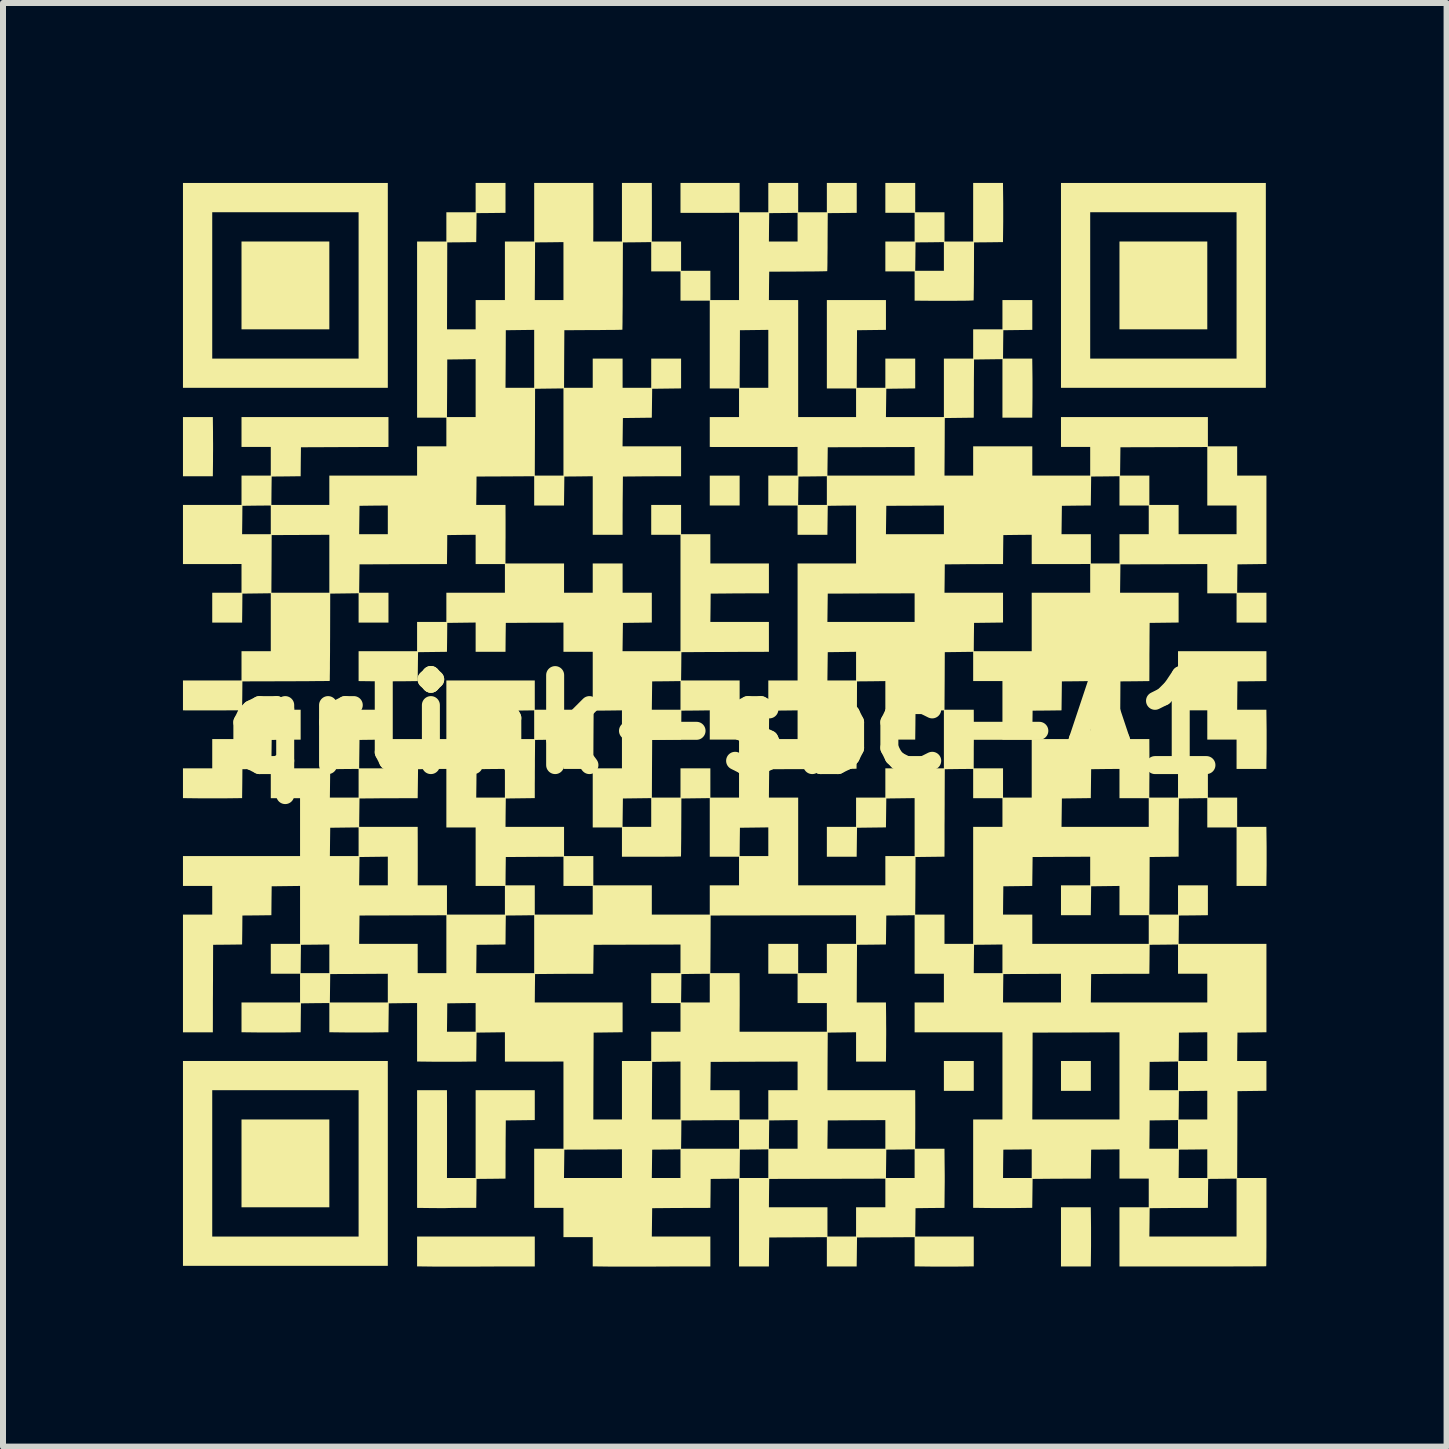
<source format=kicad_pcb>
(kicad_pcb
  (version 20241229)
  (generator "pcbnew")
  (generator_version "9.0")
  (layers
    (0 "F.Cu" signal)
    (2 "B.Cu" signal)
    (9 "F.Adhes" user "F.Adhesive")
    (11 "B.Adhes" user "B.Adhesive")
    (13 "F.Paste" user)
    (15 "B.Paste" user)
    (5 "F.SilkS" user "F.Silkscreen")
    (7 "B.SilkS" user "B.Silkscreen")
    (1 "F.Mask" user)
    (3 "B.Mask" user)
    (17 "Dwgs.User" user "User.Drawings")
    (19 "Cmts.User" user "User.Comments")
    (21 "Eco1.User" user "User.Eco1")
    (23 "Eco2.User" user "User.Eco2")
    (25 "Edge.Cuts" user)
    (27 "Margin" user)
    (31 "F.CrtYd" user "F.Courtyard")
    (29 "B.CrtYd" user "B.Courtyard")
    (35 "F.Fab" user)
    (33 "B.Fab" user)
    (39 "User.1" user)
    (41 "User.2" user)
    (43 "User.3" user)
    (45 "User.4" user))
  (footprint "qrlink-sbc-A1"
    (layer "F.Cu")
    (at 9.026 9.026)
    (property "Reference" "qrlink-sbc-A1" (at 0 0 0) (layer "F.SilkS") (effects (font (size 1.5 1.5) (thickness 0.3))))
    (attr board_only exclude_from_pos_files exclude_from_bom)
    (fp_poly (pts (xy -6.586 -7.318) (xy -6.586 -6.586) (xy -7.318 -6.586) (xy -8.05 -6.586) (xy -8.05 -7.318) (xy -8.05 -8.05) (xy -7.318 -8.05) (xy -6.586 -8.05)) (stroke (width 0) (type solid)) (fill yes) (layer "F.SilkS"))
    (fp_poly (pts (xy -6.586 7.318) (xy -6.586 8.05) (xy -7.318 8.05) (xy -8.05 8.05) (xy -8.05 7.318) (xy -8.05 6.586) (xy -7.318 6.586) (xy -6.586 6.586)) (stroke (width 0) (type solid)) (fill yes) (layer "F.SilkS"))
    (fp_poly (pts (xy 0.254 -3.898) (xy 0.254 -3.649) (xy 0.005 -3.649) (xy -0.244 -3.649) (xy -0.244 -3.898) (xy -0.244 -4.147) (xy 0.005 -4.147) (xy 0.254 -4.147)) (stroke (width 0) (type solid)) (fill yes) (layer "F.SilkS"))
    (fp_poly (pts (xy 4.157 5.86) (xy 4.157 6.109) (xy 3.908 6.109) (xy 3.659 6.109) (xy 3.659 5.86) (xy 3.659 5.611) (xy 3.908 5.611) (xy 4.157 5.611)) (stroke (width 0) (type solid)) (fill yes) (layer "F.SilkS"))
    (fp_poly (pts (xy 6.109 5.86) (xy 6.109 6.109) (xy 5.86 6.109) (xy 5.611 6.109) (xy 5.611 5.86) (xy 5.611 5.611) (xy 5.86 5.611) (xy 6.109 5.611)) (stroke (width 0) (type solid)) (fill yes) (layer "F.SilkS"))
    (fp_poly (pts (xy 8.05 -7.318) (xy 8.05 -6.586) (xy 7.318 -6.586) (xy 6.586 -6.586) (xy 6.586 -7.318) (xy 6.586 -8.05) (xy 7.318 -8.05) (xy 8.05 -8.05)) (stroke (width 0) (type solid)) (fill yes) (layer "F.SilkS"))
    (fp_poly (pts (xy -8.525 -4.876) (xy -8.525 -4.787) (xy -8.524 -4.685) (xy -8.524 -4.579) (xy -8.525 -4.477) (xy -8.525 -4.387) (xy -8.525 -4.383) (xy -8.528 -4.137) (xy -8.777 -4.137) (xy -9.026 -4.137) (xy -9.026 -4.63) (xy -9.026 -5.123) (xy -8.777 -5.123) (xy -8.528 -5.123)) (stroke (width 0) (type solid)) (fill yes) (layer "F.SilkS"))
    (fp_poly (pts (xy 6.111 8.296) (xy 6.112 8.386) (xy 6.112 8.488) (xy 6.112 8.593) (xy 6.112 8.695) (xy 6.111 8.786) (xy 6.111 8.789) (xy 6.108 9.036) (xy 5.859 9.036) (xy 5.611 9.036) (xy 5.611 8.543) (xy 5.611 8.05) (xy 5.859 8.05) (xy 6.108 8.05)) (stroke (width 0) (type solid)) (fill yes) (layer "F.SilkS"))
    (fp_poly (pts (xy -5.611 -7.318) (xy -5.611 -5.611) (xy -7.318 -5.611) (xy -9.026 -5.611) (xy -9.026 -7.318) (xy -9.026 -8.538) (xy -8.538 -8.538) (xy -8.538 -7.318) (xy -8.538 -6.098) (xy -7.318 -6.098) (xy -6.098 -6.098) (xy -6.098 -7.318) (xy -6.098 -8.538) (xy -7.318 -8.538) (xy -8.538 -8.538) (xy -9.026 -8.538) (xy -9.026 -9.026) (xy -7.318 -9.026) (xy -5.611 -9.026)) (stroke (width 0) (type solid)) (fill yes) (layer "F.SilkS"))
    (fp_poly (pts (xy -5.611 7.318) (xy -5.611 9.026) (xy -7.318 9.026) (xy -9.026 9.026) (xy -9.026 7.318) (xy -9.026 6.098) (xy -8.538 6.098) (xy -8.538 7.318) (xy -8.538 8.538) (xy -7.318 8.538) (xy -6.098 8.538) (xy -6.098 7.318) (xy -6.098 6.098) (xy -7.318 6.098) (xy -8.538 6.098) (xy -9.026 6.098) (xy -9.026 5.611) (xy -7.318 5.611) (xy -5.611 5.611)) (stroke (width 0) (type solid)) (fill yes) (layer "F.SilkS"))
    (fp_poly (pts (xy 9.026 -7.318) (xy 9.026 -5.611) (xy 7.318 -5.611) (xy 5.611 -5.611) (xy 5.611 -7.318) (xy 5.611 -8.538) (xy 6.098 -8.538) (xy 6.098 -7.318) (xy 6.098 -6.098) (xy 7.318 -6.098) (xy 8.538 -6.098) (xy 8.538 -7.318) (xy 8.538 -8.538) (xy 7.318 -8.538) (xy 6.098 -8.538) (xy 5.611 -8.538) (xy 5.611 -9.026) (xy 7.318 -9.026) (xy 9.026 -9.026)) (stroke (width 0) (type solid)) (fill yes) (layer "F.SilkS"))
    (fp_poly (pts (xy -3.161 8.787) (xy -3.161 9.036) (xy -3.397 9.036) (xy -3.458 9.036) (xy -3.535 9.036) (xy -3.626 9.037) (xy -3.727 9.037) (xy -3.834 9.037) (xy -3.945 9.038) (xy -4.057 9.038) (xy -4.132 9.039) (xy -4.241 9.039) (xy -4.354 9.039) (xy -4.465 9.039) (xy -4.573 9.039) (xy -4.673 9.039) (xy -4.762 9.039) (xy -4.836 9.039) (xy -4.876 9.038) (xy -5.123 9.035) (xy -5.123 8.787) (xy -5.123 8.538) (xy -4.142 8.538) (xy -3.161 8.538)) (stroke (width 0) (type solid)) (fill yes) (layer "F.SilkS"))
    (fp_poly (pts (xy 9.036 -0.971) (xy 9.036 -0.722) (xy 8.794 -0.719) (xy 8.553 -0.717) (xy 8.55 -0.48) (xy 8.548 -0.244) (xy 8.791 -0.244) (xy 9.035 -0.244) (xy 9.038 0.003) (xy 9.039 0.092) (xy 9.039 0.194) (xy 9.039 0.3) (xy 9.039 0.402) (xy 9.038 0.492) (xy 9.038 0.495) (xy 9.035 0.742) (xy 8.786 0.742) (xy 8.538 0.742) (xy 8.538 0.498) (xy 8.538 0.254) (xy 8.294 0.254) (xy 8.05 0.254) (xy 8.05 0.01) (xy 8.05 -0.234) (xy 7.806 -0.234) (xy 7.562 -0.234) (xy 7.562 -0.727) (xy 7.562 -1.22) (xy 8.299 -1.22) (xy 9.036 -1.22)) (stroke (width 0) (type solid)) (fill yes) (layer "F.SilkS"))
    (fp_poly (pts (xy -4.624 6.345) (xy -4.624 6.408) (xy -4.624 6.488) (xy -4.624 6.582) (xy -4.624 6.685) (xy -4.624 6.794) (xy -4.624 6.906) (xy -4.624 7.016) (xy -4.624 7.077) (xy -4.625 7.562) (xy -4.386 7.562) (xy -4.147 7.562) (xy -4.147 6.83) (xy -4.147 6.098) (xy -3.654 6.098) (xy -3.161 6.098) (xy -3.161 6.347) (xy -3.161 6.596) (xy -3.402 6.599) (xy -3.644 6.602) (xy -3.646 6.845) (xy -3.647 6.934) (xy -3.647 7.035) (xy -3.648 7.139) (xy -3.648 7.24) (xy -3.648 7.328) (xy -3.648 7.331) (xy -3.649 7.572) (xy -3.89 7.575) (xy -4.132 7.577) (xy -4.134 7.819) (xy -4.137 8.06) (xy -4.37 8.06) (xy -4.437 8.06) (xy -4.498 8.061) (xy -4.549 8.061) (xy -4.588 8.062) (xy -4.611 8.062) (xy -4.616 8.063) (xy -4.63 8.063) (xy -4.661 8.064) (xy -4.706 8.064) (xy -4.763 8.064) (xy -4.828 8.063) (xy -4.876 8.063) (xy -5.123 8.06) (xy -5.123 7.079) (xy -5.123 6.098) (xy -4.874 6.098) (xy -4.625 6.098)) (stroke (width 0) (type solid)) (fill yes) (layer "F.SilkS"))
    (fp_poly (pts (xy 3.181 -8.782) (xy 3.181 -8.538) (xy 3.425 -8.538) (xy 3.669 -8.538) (xy 3.669 -8.294) (xy 3.669 -8.05) (xy 3.908 -8.05) (xy 4.147 -8.05) (xy 4.147 -8.538) (xy 4.147 -9.026) (xy 4.396 -9.026) (xy 4.644 -9.026) (xy 4.647 -8.779) (xy 4.648 -8.69) (xy 4.648 -8.588) (xy 4.648 -8.482) (xy 4.648 -8.38) (xy 4.647 -8.29) (xy 4.647 -8.286) (xy 4.644 -8.04) (xy 4.403 -8.037) (xy 4.162 -8.035) (xy 4.16 -7.553) (xy 4.159 -7.456) (xy 4.159 -7.365) (xy 4.158 -7.283) (xy 4.157 -7.211) (xy 4.156 -7.152) (xy 4.156 -7.107) (xy 4.155 -7.078) (xy 4.154 -7.068) (xy 4.143 -7.067) (xy 4.114 -7.066) (xy 4.07 -7.064) (xy 4.014 -7.063) (xy 3.947 -7.063) (xy 3.872 -7.062) (xy 3.792 -7.061) (xy 3.71 -7.061) (xy 3.628 -7.061) (xy 3.548 -7.061) (xy 3.473 -7.061) (xy 3.413 -7.062) (xy 3.171 -7.064) (xy 3.171 -7.308) (xy 3.171 -7.552) (xy 2.927 -7.552) (xy 2.683 -7.552) (xy 2.683 -7.562) (xy 3.181 -7.562) (xy 3.42 -7.562) (xy 3.659 -7.562) (xy 3.659 -7.801) (xy 3.659 -8.04) (xy 3.423 -8.037) (xy 3.186 -8.035) (xy 3.184 -7.798) (xy 3.181 -7.562) (xy 2.683 -7.562) (xy 2.683 -7.801) (xy 2.683 -8.05) (xy 2.927 -8.05) (xy 3.171 -8.05) (xy 3.171 -8.289) (xy 3.171 -8.528) (xy 2.927 -8.528) (xy 2.683 -8.528) (xy 2.683 -8.777) (xy 2.683 -9.026) (xy 2.932 -9.026) (xy 3.181 -9.026)) (stroke (width 0) (type solid)) (fill yes) (layer "F.SilkS"))
    (fp_poly (pts (xy -3.649 -8.777) (xy -3.649 -8.528) (xy -3.89 -8.525) (xy -4.132 -8.523) (xy -4.134 -8.281) (xy -4.137 -8.04) (xy -4.378 -8.037) (xy -4.62 -8.035) (xy -4.622 -7.311) (xy -4.624 -6.586) (xy -4.386 -6.586) (xy -4.147 -6.586) (xy -4.147 -6.83) (xy -4.147 -7.074) (xy -3.903 -7.074) (xy -3.659 -7.074) (xy -3.161 -7.074) (xy -2.922 -7.074) (xy -2.683 -7.074) (xy -2.683 -7.557) (xy -2.683 -8.04) (xy -2.92 -8.037) (xy -3.156 -8.035) (xy -3.158 -7.554) (xy -3.161 -7.074) (xy -3.659 -7.074) (xy -3.659 -7.562) (xy -3.659 -8.05) (xy -3.415 -8.05) (xy -3.171 -8.05) (xy -3.171 -8.538) (xy -3.171 -9.026) (xy -2.678 -9.026) (xy -2.185 -9.026) (xy -2.185 -8.779) (xy -2.185 -8.69) (xy -2.185 -8.59) (xy -2.185 -8.485) (xy -2.185 -8.385) (xy -2.185 -8.296) (xy -2.185 -8.291) (xy -2.186 -8.05) (xy -1.947 -8.05) (xy -1.708 -8.05) (xy -1.708 -8.538) (xy -1.708 -9.026) (xy -1.459 -9.026) (xy -1.21 -9.026) (xy -1.209 -8.779) (xy -1.209 -8.69) (xy -1.209 -8.59) (xy -1.209 -8.485) (xy -1.209 -8.385) (xy -1.209 -8.296) (xy -1.209 -8.291) (xy -1.21 -8.05) (xy -0.966 -8.05) (xy -0.722 -8.05) (xy -0.722 -7.806) (xy -0.722 -7.562) (xy -0.478 -7.562) (xy -0.234 -7.562) (xy -0.234 -7.318) (xy -0.234 -7.074) (xy 0.005 -7.074) (xy 0.244 -7.074) (xy 0.244 -7.801) (xy 0.244 -8.05) (xy 0.742 -8.05) (xy 0.981 -8.05) (xy 1.22 -8.05) (xy 1.22 -8.289) (xy 1.22 -8.528) (xy 0.983 -8.525) (xy 0.747 -8.523) (xy 0.744 -8.286) (xy 0.742 -8.05) (xy 0.244 -8.05) (xy 0.244 -8.529) (xy 0.003 -8.528) (xy -0.085 -8.527) (xy -0.185 -8.527) (xy -0.289 -8.527) (xy -0.391 -8.527) (xy -0.48 -8.527) (xy -0.485 -8.527) (xy -0.732 -8.528) (xy -0.732 -8.777) (xy -0.732 -9.026) (xy -0.239 -9.026) (xy 0.254 -9.026) (xy 0.254 -8.782) (xy 0.254 -8.538) (xy 0.493 -8.538) (xy 0.732 -8.538) (xy 0.732 -8.782) (xy 0.732 -9.026) (xy 0.981 -9.026) (xy 1.23 -9.026) (xy 1.23 -8.782) (xy 1.23 -8.538) (xy 1.469 -8.538) (xy 1.708 -8.538) (xy 1.708 -8.782) (xy 1.708 -9.026) (xy 1.957 -9.026) (xy 2.206 -9.026) (xy 2.206 -8.777) (xy 2.206 -8.528) (xy 1.964 -8.525) (xy 1.723 -8.523) (xy 1.72 -8.041) (xy 1.72 -7.944) (xy 1.719 -7.853) (xy 1.718 -7.771) (xy 1.718 -7.699) (xy 1.717 -7.64) (xy 1.716 -7.595) (xy 1.715 -7.566) (xy 1.714 -7.555) (xy 1.704 -7.555) (xy 1.675 -7.554) (xy 1.63 -7.553) (xy 1.57 -7.552) (xy 1.498 -7.551) (xy 1.416 -7.551) (xy 1.325 -7.55) (xy 1.229 -7.549) (xy 0.747 -7.547) (xy 0.744 -7.311) (xy 0.742 -7.074) (xy 0.986 -7.074) (xy 1.23 -7.074) (xy 1.23 -6.828) (xy 1.23 -6.775) (xy 1.23 -6.704) (xy 1.23 -6.618) (xy 1.23 -6.519) (xy 1.23 -6.409) (xy 1.23 -6.291) (xy 1.23 -6.167) (xy 1.23 -6.04) (xy 1.23 -5.911) (xy 1.23 -5.852) (xy 1.23 -5.123) (xy 1.713 -5.123) (xy 2.195 -5.123) (xy 2.195 -5.362) (xy 2.195 -5.6) (xy 1.952 -5.6) (xy 1.708 -5.6) (xy 1.708 -6.337) (xy 1.708 -7.074) (xy 2.201 -7.074) (xy 2.693 -7.074) (xy 2.693 -6.825) (xy 2.693 -6.577) (xy 2.452 -6.574) (xy 2.211 -6.571) (xy 2.208 -6.091) (xy 2.206 -5.611) (xy 2.445 -5.611) (xy 2.683 -5.611) (xy 2.683 -5.855) (xy 2.683 -6.098) (xy 2.932 -6.098) (xy 3.181 -6.098) (xy 3.181 -5.85) (xy 3.181 -5.601) (xy 2.94 -5.598) (xy 2.699 -5.595) (xy 2.696 -5.359) (xy 2.693 -5.123) (xy 3.176 -5.123) (xy 3.659 -5.123) (xy 3.659 -5.611) (xy 3.659 -6.098) (xy 3.903 -6.098) (xy 4.147 -6.098) (xy 4.147 -6.342) (xy 4.147 -6.586) (xy 4.391 -6.586) (xy 4.635 -6.586) (xy 4.635 -6.83) (xy 4.635 -7.074) (xy 4.884 -7.074) (xy 5.133 -7.074) (xy 5.133 -6.825) (xy 5.133 -6.577) (xy 4.891 -6.574) (xy 4.65 -6.571) (xy 4.647 -6.335) (xy 4.645 -6.098) (xy 4.888 -6.098) (xy 5.132 -6.098) (xy 5.135 -5.852) (xy 5.136 -5.763) (xy 5.136 -5.661) (xy 5.136 -5.555) (xy 5.136 -5.453) (xy 5.135 -5.363) (xy 5.135 -5.359) (xy 5.132 -5.113) (xy 4.883 -5.113) (xy 4.635 -5.113) (xy 4.635 -5.601) (xy 4.635 -6.089) (xy 4.398 -6.086) (xy 4.162 -6.083) (xy 4.16 -5.839) (xy 4.159 -5.751) (xy 4.159 -5.65) (xy 4.158 -5.545) (xy 4.158 -5.445) (xy 4.158 -5.356) (xy 4.158 -5.354) (xy 4.157 -5.113) (xy 3.916 -5.11) (xy 3.674 -5.107) (xy 3.672 -4.627) (xy 3.669 -4.147) (xy 3.908 -4.147) (xy 4.147 -4.147) (xy 4.147 -4.391) (xy 4.147 -4.635) (xy 4.64 -4.635) (xy 5.133 -4.635) (xy 5.133 -4.391) (xy 5.133 -4.147) (xy 5.616 -4.147) (xy 6.098 -4.147) (xy 6.596 -4.147) (xy 6.84 -4.147) (xy 7.084 -4.147) (xy 7.084 -3.903) (xy 7.084 -3.659) (xy 7.328 -3.659) (xy 7.572 -3.659) (xy 7.572 -3.415) (xy 7.572 -3.171) (xy 8.055 -3.171) (xy 8.538 -3.171) (xy 8.538 -3.41) (xy 8.538 -3.649) (xy 8.294 -3.649) (xy 8.05 -3.649) (xy 8.05 -4.137) (xy 8.05 -4.624) (xy 7.326 -4.622) (xy 6.602 -4.62) (xy 6.599 -4.383) (xy 6.596 -4.147) (xy 6.098 -4.147) (xy 6.098 -4.386) (xy 6.098 -4.625) (xy 5.855 -4.625) (xy 5.611 -4.625) (xy 5.611 -4.874) (xy 5.611 -5.123) (xy 6.835 -5.123) (xy 8.06 -5.123) (xy 8.06 -4.879) (xy 8.06 -4.635) (xy 8.304 -4.635) (xy 8.548 -4.635) (xy 8.548 -4.391) (xy 8.548 -4.147) (xy 8.792 -4.147) (xy 9.036 -4.147) (xy 9.036 -3.903) (xy 9.036 -3.816) (xy 9.036 -3.716) (xy 9.036 -3.612) (xy 9.036 -3.509) (xy 9.036 -3.418) (xy 9.036 -3.405) (xy 9.036 -3.316) (xy 9.036 -3.216) (xy 9.036 -3.112) (xy 9.036 -3.013) (xy 9.036 -2.925) (xy 9.036 -2.912) (xy 9.036 -2.674) (xy 8.794 -2.671) (xy 8.553 -2.668) (xy 8.55 -2.432) (xy 8.548 -2.195) (xy 8.792 -2.195) (xy 9.036 -2.195) (xy 9.036 -1.946) (xy 9.036 -1.697) (xy 8.787 -1.697) (xy 8.538 -1.697) (xy 8.538 -1.941) (xy 8.538 -2.185) (xy 8.294 -2.185) (xy 8.05 -2.185) (xy 8.05 -2.429) (xy 8.05 -2.673) (xy 7.326 -2.67) (xy 6.602 -2.668) (xy 6.599 -2.432) (xy 6.596 -2.195) (xy 7.084 -2.195) (xy 7.572 -2.195) (xy 7.572 -1.947) (xy 7.572 -1.698) (xy 7.331 -1.695) (xy 7.089 -1.692) (xy 7.087 -1.448) (xy 7.087 -1.36) (xy 7.086 -1.259) (xy 7.085 -1.154) (xy 7.085 -1.054) (xy 7.085 -0.965) (xy 7.085 -0.963) (xy 7.084 -0.722) (xy 6.843 -0.719) (xy 6.602 -0.717) (xy 6.599 -0.236) (xy 6.597 0.244) (xy 6.84 0.244) (xy 7.084 0.244) (xy 7.085 0.49) (xy 7.085 0.579) (xy 7.085 0.68) (xy 7.085 0.784) (xy 7.085 0.885) (xy 7.084 0.973) (xy 7.084 0.978) (xy 7.083 1.22) (xy 7.323 1.22) (xy 7.562 1.22) (xy 7.562 0.976) (xy 7.562 0.732) (xy 7.811 0.732) (xy 8.06 0.732) (xy 8.06 0.976) (xy 8.06 1.22) (xy 8.304 1.22) (xy 8.548 1.22) (xy 8.548 1.464) (xy 8.548 1.708) (xy 8.792 1.708) (xy 9.035 1.708) (xy 9.038 1.954) (xy 9.039 2.043) (xy 9.039 2.145) (xy 9.039 2.251) (xy 9.039 2.353) (xy 9.038 2.443) (xy 9.038 2.447) (xy 9.035 2.693) (xy 8.786 2.693) (xy 8.538 2.693) (xy 8.538 2.206) (xy 8.538 1.718) (xy 8.294 1.718) (xy 8.05 1.718) (xy 8.05 1.474) (xy 8.05 1.229) (xy 7.814 1.232) (xy 7.577 1.235) (xy 7.575 1.479) (xy 7.575 1.568) (xy 7.574 1.668) (xy 7.573 1.773) (xy 7.573 1.873) (xy 7.573 1.962) (xy 7.573 1.964) (xy 7.572 2.205) (xy 7.331 2.208) (xy 7.089 2.211) (xy 7.087 2.691) (xy 7.084 3.171) (xy 7.323 3.171) (xy 7.562 3.171) (xy 7.562 2.927) (xy 7.562 2.683) (xy 7.811 2.683) (xy 8.06 2.683) (xy 8.06 2.932) (xy 8.06 3.181) (xy 7.819 3.184) (xy 7.577 3.186) (xy 7.575 3.423) (xy 7.572 3.659) (xy 8.304 3.659) (xy 9.036 3.659) (xy 9.036 3.903) (xy 9.036 3.99) (xy 9.036 4.09) (xy 9.036 4.194) (xy 9.036 4.297) (xy 9.036 4.388) (xy 9.036 4.401) (xy 9.036 4.49) (xy 9.036 4.59) (xy 9.036 4.694) (xy 9.036 4.793) (xy 9.036 4.881) (xy 9.036 4.894) (xy 9.036 5.132) (xy 8.794 5.135) (xy 8.553 5.138) (xy 8.55 5.374) (xy 8.548 5.611) (xy 8.792 5.611) (xy 9.036 5.611) (xy 9.036 5.859) (xy 9.036 6.108) (xy 8.794 6.111) (xy 8.553 6.114) (xy 8.551 6.838) (xy 8.548 7.562) (xy 8.792 7.562) (xy 9.036 7.562) (xy 9.036 7.809) (xy 9.036 7.959) (xy 9.036 8.105) (xy 9.036 8.245) (xy 9.036 8.378) (xy 9.036 8.503) (xy 9.036 8.617) (xy 9.036 8.721) (xy 9.035 8.812) (xy 9.035 8.889) (xy 9.034 8.951) (xy 9.034 8.996) (xy 9.033 9.024) (xy 9.032 9.033) (xy 9.022 9.033) (xy 8.992 9.034) (xy 8.945 9.034) (xy 8.88 9.034) (xy 8.8 9.035) (xy 8.706 9.035) (xy 8.598 9.035) (xy 8.478 9.036) (xy 8.347 9.036) (xy 8.206 9.036) (xy 8.057 9.036) (xy 7.9 9.036) (xy 7.736 9.036) (xy 7.568 9.036) (xy 7.396 9.036) (xy 7.221 9.036) (xy 7.044 9.036) (xy 6.867 9.036) (xy 6.833 9.036) (xy 6.586 9.036) (xy 6.586 8.543) (xy 6.586 8.538) (xy 7.084 8.538) (xy 7.811 8.538) (xy 8.538 8.538) (xy 8.538 8.055) (xy 8.538 7.572) (xy 8.302 7.575) (xy 8.065 7.577) (xy 8.062 7.819) (xy 8.06 8.06) (xy 7.819 8.061) (xy 7.731 8.061) (xy 7.63 8.061) (xy 7.526 8.062) (xy 7.425 8.062) (xy 7.336 8.063) (xy 7.333 8.063) (xy 7.089 8.065) (xy 7.087 8.302) (xy 7.084 8.538) (xy 6.586 8.538) (xy 6.586 8.05) (xy 6.83 8.05) (xy 7.074 8.05) (xy 7.074 7.811) (xy 7.074 7.572) (xy 6.83 7.572) (xy 6.586 7.572) (xy 6.586 7.562) (xy 7.572 7.562) (xy 7.811 7.562) (xy 8.05 7.562) (xy 8.05 7.323) (xy 8.05 7.084) (xy 7.814 7.087) (xy 7.577 7.089) (xy 7.575 7.326) (xy 7.572 7.562) (xy 6.586 7.562) (xy 6.586 7.328) (xy 6.586 7.084) (xy 6.35 7.087) (xy 6.114 7.089) (xy 6.111 7.331) (xy 6.108 7.572) (xy 5.867 7.573) (xy 5.779 7.573) (xy 5.679 7.573) (xy 5.574 7.574) (xy 5.473 7.574) (xy 5.384 7.575) (xy 5.382 7.575) (xy 5.138 7.577) (xy 5.135 7.818) (xy 5.132 8.059) (xy 4.886 8.062) (xy 4.797 8.063) (xy 4.695 8.063) (xy 4.589 8.063) (xy 4.487 8.063) (xy 4.397 8.062) (xy 4.393 8.062) (xy 4.147 8.059) (xy 4.147 7.562) (xy 4.645 7.562) (xy 4.884 7.562) (xy 5.123 7.562) (xy 5.123 7.323) (xy 5.123 7.084) (xy 4.886 7.087) (xy 4.65 7.089) (xy 4.647 7.326) (xy 4.645 7.562) (xy 4.147 7.562) (xy 4.147 7.323) (xy 4.147 7.074) (xy 7.084 7.074) (xy 7.323 7.074) (xy 7.562 7.074) (xy 7.562 6.835) (xy 7.562 6.596) (xy 7.326 6.599) (xy 7.089 6.602) (xy 7.087 6.838) (xy 7.084 7.074) (xy 4.147 7.074) (xy 4.147 6.586) (xy 4.391 6.586) (xy 4.635 6.586) (xy 5.133 6.586) (xy 5.86 6.586) (xy 6.586 6.586) (xy 7.572 6.586) (xy 7.811 6.586) (xy 8.05 6.586) (xy 8.05 6.347) (xy 8.05 6.108) (xy 7.814 6.111) (xy 7.577 6.114) (xy 7.575 6.35) (xy 7.572 6.586) (xy 6.586 6.586) (xy 6.586 6.098) (xy 7.084 6.098) (xy 7.323 6.098) (xy 7.562 6.098) (xy 7.562 5.859) (xy 7.562 5.62) (xy 7.326 5.623) (xy 7.089 5.626) (xy 7.087 5.862) (xy 7.084 6.098) (xy 6.586 6.098) (xy 6.586 5.86) (xy 6.586 5.611) (xy 7.572 5.611) (xy 7.811 5.611) (xy 8.05 5.611) (xy 8.05 5.372) (xy 8.05 5.132) (xy 7.814 5.135) (xy 7.577 5.138) (xy 7.575 5.374) (xy 7.572 5.611) (xy 6.586 5.611) (xy 6.586 5.133) (xy 5.862 5.136) (xy 5.138 5.138) (xy 5.136 5.862) (xy 5.133 6.586) (xy 4.635 6.586) (xy 4.635 5.859) (xy 4.635 5.133) (xy 4.149 5.133) (xy 4.041 5.133) (xy 3.929 5.133) (xy 3.818 5.133) (xy 3.711 5.133) (xy 3.612 5.133) (xy 3.524 5.133) (xy 3.451 5.133) (xy 3.418 5.133) (xy 3.171 5.133) (xy 3.171 4.884) (xy 3.171 4.635) (xy 3.415 4.635) (xy 3.659 4.635) (xy 4.645 4.635) (xy 5.128 4.635) (xy 5.611 4.635) (xy 6.108 4.635) (xy 7.079 4.635) (xy 8.05 4.635) (xy 8.05 4.396) (xy 8.05 4.157) (xy 7.806 4.157) (xy 7.562 4.157) (xy 7.562 3.913) (xy 7.562 3.669) (xy 7.326 3.672) (xy 7.089 3.674) (xy 7.087 3.916) (xy 7.084 4.157) (xy 6.843 4.158) (xy 6.755 4.158) (xy 6.654 4.158) (xy 6.55 4.159) (xy 6.449 4.159) (xy 6.36 4.16) (xy 6.358 4.16) (xy 6.114 4.162) (xy 6.111 4.398) (xy 6.108 4.635) (xy 5.611 4.635) (xy 5.611 4.396) (xy 5.611 4.157) (xy 5.13 4.16) (xy 4.65 4.162) (xy 4.647 4.398) (xy 4.645 4.635) (xy 3.659 4.635) (xy 3.659 4.396) (xy 3.659 4.157) (xy 3.415 4.157) (xy 3.171 4.157) (xy 3.171 4.147) (xy 4.157 4.147) (xy 4.396 4.147) (xy 4.635 4.147) (xy 4.635 3.908) (xy 4.635 3.669) (xy 4.398 3.672) (xy 4.162 3.674) (xy 4.159 3.911) (xy 4.157 4.147) (xy 3.171 4.147) (xy 3.171 3.669) (xy 3.171 3.181) (xy 2.935 3.184) (xy 2.699 3.186) (xy 2.696 3.428) (xy 2.693 3.669) (xy 2.452 3.672) (xy 2.211 3.674) (xy 2.208 4.155) (xy 2.206 4.635) (xy 2.449 4.635) (xy 2.693 4.635) (xy 2.696 4.881) (xy 2.696 4.971) (xy 2.697 5.072) (xy 2.697 5.178) (xy 2.696 5.28) (xy 2.696 5.37) (xy 2.696 5.374) (xy 2.693 5.621) (xy 2.444 5.621) (xy 2.195 5.621) (xy 2.195 5.377) (xy 2.195 5.132) (xy 1.959 5.135) (xy 1.723 5.138) (xy 1.72 5.618) (xy 1.718 6.098) (xy 2.45 6.098) (xy 3.181 6.098) (xy 3.182 6.345) (xy 3.182 6.434) (xy 3.182 6.534) (xy 3.182 6.639) (xy 3.182 6.739) (xy 3.181 6.828) (xy 3.181 6.833) (xy 3.18 7.074) (xy 3.424 7.074) (xy 3.669 7.074) (xy 3.671 7.321) (xy 3.672 7.41) (xy 3.673 7.512) (xy 3.673 7.618) (xy 3.672 7.72) (xy 3.671 7.81) (xy 3.671 7.813) (xy 3.669 8.06) (xy 3.427 8.062) (xy 3.186 8.065) (xy 3.184 8.302) (xy 3.181 8.538) (xy 3.669 8.538) (xy 4.157 8.538) (xy 4.157 8.786) (xy 4.157 9.035) (xy 3.911 9.038) (xy 3.821 9.039) (xy 3.72 9.039) (xy 3.614 9.039) (xy 3.512 9.039) (xy 3.421 9.038) (xy 3.418 9.038) (xy 3.171 9.035) (xy 3.171 8.792) (xy 3.171 8.548) (xy 2.691 8.551) (xy 2.211 8.553) (xy 2.208 8.794) (xy 2.205 9.036) (xy 1.956 9.036) (xy 1.708 9.036) (xy 1.708 8.792) (xy 1.708 8.548) (xy 1.227 8.551) (xy 0.747 8.553) (xy 0.744 8.794) (xy 0.742 9.036) (xy 0.493 9.036) (xy 0.244 9.036) (xy 0.244 8.304) (xy 0.244 8.05) (xy 0.742 8.05) (xy 1.23 8.05) (xy 1.718 8.05) (xy 1.718 8.294) (xy 1.718 8.538) (xy 1.957 8.538) (xy 2.195 8.538) (xy 2.195 8.294) (xy 2.195 8.05) (xy 2.439 8.05) (xy 2.683 8.05) (xy 2.683 7.811) (xy 2.683 7.573) (xy 1.715 7.575) (xy 0.747 7.577) (xy 0.744 7.814) (xy 0.742 8.05) (xy 0.244 8.05) (xy 0.244 7.572) (xy 0.008 7.575) (xy -0.229 7.577) (xy -0.231 7.819) (xy -0.234 8.06) (xy -0.475 8.061) (xy -0.563 8.061) (xy -0.664 8.061) (xy -0.768 8.062) (xy -0.869 8.062) (xy -0.958 8.063) (xy -0.961 8.063) (xy -1.204 8.065) (xy -1.207 8.302) (xy -1.21 8.538) (xy -0.722 8.538) (xy -0.234 8.538) (xy -0.234 8.787) (xy -0.234 9.036) (xy -0.47 9.036) (xy -0.53 9.036) (xy -0.608 9.036) (xy -0.698 9.037) (xy -0.799 9.037) (xy -0.907 9.037) (xy -1.018 9.038) (xy -1.129 9.038) (xy -1.204 9.039) (xy -1.314 9.039) (xy -1.426 9.039) (xy -1.538 9.039) (xy -1.646 9.039) (xy -1.746 9.039) (xy -1.835 9.039) (xy -1.909 9.039) (xy -1.949 9.038) (xy -2.195 9.035) (xy -2.195 8.792) (xy -2.195 8.548) (xy -2.439 8.548) (xy -2.683 8.548) (xy -2.683 8.304) (xy -2.683 8.06) (xy -2.927 8.06) (xy -3.171 8.06) (xy -3.171 7.567) (xy -3.171 7.562) (xy -2.674 7.562) (xy -2.191 7.562) (xy -1.708 7.562) (xy -1.21 7.562) (xy -0.971 7.562) (xy -0.732 7.562) (xy 0.254 7.562) (xy 0.493 7.562) (xy 0.732 7.562) (xy 2.693 7.562) (xy 2.932 7.562) (xy 3.171 7.562) (xy 3.171 7.323) (xy 3.171 7.084) (xy 2.935 7.087) (xy 2.699 7.089) (xy 2.696 7.326) (xy 2.693 7.562) (xy 0.732 7.562) (xy 0.732 7.323) (xy 0.732 7.084) (xy 0.495 7.087) (xy 0.259 7.089) (xy 0.256 7.326) (xy 0.254 7.562) (xy -0.732 7.562) (xy -0.732 7.323) (xy -0.732 7.084) (xy -0.968 7.087) (xy -1.204 7.089) (xy -1.207 7.326) (xy -1.21 7.562) (xy -1.708 7.562) (xy -1.708 7.323) (xy -1.708 7.084) (xy -2.188 7.087) (xy -2.668 7.089) (xy -2.671 7.326) (xy -2.674 7.562) (xy -3.171 7.562) (xy -3.171 7.074) (xy -2.927 7.074) (xy -2.683 7.074) (xy -0.722 7.074) (xy -0.239 7.074) (xy 0.244 7.074) (xy 0.742 7.074) (xy 0.981 7.074) (xy 1.22 7.074) (xy 1.717 7.074) (xy 2.2 7.074) (xy 2.683 7.074) (xy 2.683 6.835) (xy 2.683 6.597) (xy 2.203 6.599) (xy 1.723 6.602) (xy 1.72 6.838) (xy 1.717 7.074) (xy 1.22 7.074) (xy 1.22 6.835) (xy 1.22 6.596) (xy 0.983 6.599) (xy 0.747 6.602) (xy 0.744 6.838) (xy 0.742 7.074) (xy 0.244 7.074) (xy 0.244 6.835) (xy 0.244 6.597) (xy -0.236 6.599) (xy -0.717 6.602) (xy -0.719 6.838) (xy -0.722 7.074) (xy -2.683 7.074) (xy -2.683 6.347) (xy -2.683 5.62) (xy -2.925 5.621) (xy -3.012 5.621) (xy -3.112 5.621) (xy -3.217 5.621) (xy -3.318 5.621) (xy -3.408 5.621) (xy -3.413 5.621) (xy -3.659 5.621) (xy -3.659 5.377) (xy -3.659 5.132) (xy -3.895 5.135) (xy -4.132 5.138) (xy -4.134 5.379) (xy -4.137 5.62) (xy -4.383 5.623) (xy -4.473 5.624) (xy -4.574 5.624) (xy -4.68 5.624) (xy -4.782 5.624) (xy -4.872 5.623) (xy -4.876 5.623) (xy -5.123 5.62) (xy -5.123 5.132) (xy -5.123 5.123) (xy -4.625 5.123) (xy -4.386 5.123) (xy -4.147 5.123) (xy -4.147 4.884) (xy -4.147 4.645) (xy -4.383 4.647) (xy -4.62 4.65) (xy -4.622 4.886) (xy -4.625 5.123) (xy -5.123 5.123) (xy -5.123 4.645) (xy -5.359 4.647) (xy -5.595 4.65) (xy -5.598 4.891) (xy -5.601 5.132) (xy -5.847 5.135) (xy -5.936 5.136) (xy -6.038 5.136) (xy -6.144 5.136) (xy -6.246 5.136) (xy -6.336 5.135) (xy -6.34 5.135) (xy -6.586 5.132) (xy -6.586 4.888) (xy -6.586 4.645) (xy -6.823 4.647) (xy -7.059 4.65) (xy -7.062 4.891) (xy -7.064 5.132) (xy -7.311 5.135) (xy -7.4 5.136) (xy -7.502 5.136) (xy -7.607 5.136) (xy -7.71 5.136) (xy -7.8 5.135) (xy -7.803 5.135) (xy -8.05 5.132) (xy -8.05 4.883) (xy -8.05 4.635) (xy -7.562 4.635) (xy -7.074 4.635) (xy -6.577 4.635) (xy -6.094 4.635) (xy -5.611 4.635) (xy -3.161 4.635) (xy -2.429 4.635) (xy -1.697 4.635) (xy -1.697 4.884) (xy -1.697 5.132) (xy -1.939 5.135) (xy -2.18 5.138) (xy -2.183 5.862) (xy -2.185 6.586) (xy -1.946 6.586) (xy -1.708 6.586) (xy -1.209 6.586) (xy -0.971 6.586) (xy -0.732 6.586) (xy -0.732 6.103) (xy -0.732 6.098) (xy -0.234 6.098) (xy 0.01 6.098) (xy 0.254 6.098) (xy 0.254 6.342) (xy 0.254 6.586) (xy 0.493 6.586) (xy 0.732 6.586) (xy 0.732 6.342) (xy 0.732 6.098) (xy 0.976 6.098) (xy 1.22 6.098) (xy 1.22 5.86) (xy 1.22 5.621) (xy 0.495 5.623) (xy -0.229 5.626) (xy -0.231 5.862) (xy -0.234 6.098) (xy -0.732 6.098) (xy -0.732 5.62) (xy -0.968 5.623) (xy -1.204 5.626) (xy -1.207 6.106) (xy -1.209 6.586) (xy -1.708 6.586) (xy -1.708 6.098) (xy -1.708 5.611) (xy -1.464 5.611) (xy -1.22 5.611) (xy -1.22 5.367) (xy -1.22 5.123) (xy -0.976 5.123) (xy -0.732 5.123) (xy -0.732 4.884) (xy -0.732 4.645) (xy -0.976 4.645) (xy -1.22 4.645) (xy -1.22 4.635) (xy -0.722 4.635) (xy -0.483 4.635) (xy -0.244 4.635) (xy -0.244 4.396) (xy -0.244 4.157) (xy -0.48 4.159) (xy -0.717 4.162) (xy -0.719 4.398) (xy -0.722 4.635) (xy -1.22 4.635) (xy -1.22 4.396) (xy -1.22 4.147) (xy -0.976 4.147) (xy -0.732 4.147) (xy -0.234 4.147) (xy 0.01 4.147) (xy 0.254 4.147) (xy 0.255 4.393) (xy 0.255 4.482) (xy 0.255 4.583) (xy 0.255 4.687) (xy 0.254 4.788) (xy 0.254 4.876) (xy 0.254 4.881) (xy 0.253 5.123) (xy 0.98 5.123) (xy 1.708 5.123) (xy 1.708 4.884) (xy 1.708 4.645) (xy 1.464 4.645) (xy 1.22 4.645) (xy 1.22 4.401) (xy 1.22 4.157) (xy 0.976 4.157) (xy 0.732 4.157) (xy 0.732 3.908) (xy 0.732 3.659) (xy 0.981 3.659) (xy 1.23 3.659) (xy 1.23 3.903) (xy 1.23 4.147) (xy 1.469 4.147) (xy 1.708 4.147) (xy 1.708 3.903) (xy 1.708 3.659) (xy 1.952 3.659) (xy 2.195 3.659) (xy 2.195 3.42) (xy 2.195 3.182) (xy 0.983 3.184) (xy -0.229 3.186) (xy -0.231 3.667) (xy -0.234 4.147) (xy -0.732 4.147) (xy -0.732 3.908) (xy -0.732 3.67) (xy -1.456 3.672) (xy -2.18 3.674) (xy -2.183 3.916) (xy -2.186 4.157) (xy -2.427 4.158) (xy -2.515 4.158) (xy -2.615 4.158) (xy -2.72 4.159) (xy -2.821 4.159) (xy -2.91 4.16) (xy -2.912 4.16) (xy -3.156 4.162) (xy -3.159 4.398) (xy -3.161 4.635) (xy -5.611 4.635) (xy -5.611 4.396) (xy -5.611 4.157) (xy -6.091 4.16) (xy -6.571 4.162) (xy -6.574 4.398) (xy -6.577 4.635) (xy -7.074 4.635) (xy -7.074 4.396) (xy -7.074 4.157) (xy -7.318 4.157) (xy -7.562 4.157) (xy -7.562 4.147) (xy -7.064 4.147) (xy -6.825 4.147) (xy -6.586 4.147) (xy -6.586 3.908) (xy -6.586 3.669) (xy -6.823 3.672) (xy -7.059 3.674) (xy -7.062 3.911) (xy -7.064 4.147) (xy -7.562 4.147) (xy -7.562 3.908) (xy -7.562 3.659) (xy -7.318 3.659) (xy -7.074 3.659) (xy -6.089 3.659) (xy -5.601 3.659) (xy -5.113 3.659) (xy -5.113 3.903) (xy -5.113 4.147) (xy -4.874 4.147) (xy -4.635 4.147) (xy -4.137 4.147) (xy -3.654 4.147) (xy -3.171 4.147) (xy -3.171 3.664) (xy -3.171 3.181) (xy -3.408 3.184) (xy -3.644 3.186) (xy -3.647 3.428) (xy -3.649 3.669) (xy -3.89 3.672) (xy -4.132 3.674) (xy -4.134 3.911) (xy -4.137 4.147) (xy -4.635 4.147) (xy -4.635 3.664) (xy -4.635 3.182) (xy -5.359 3.184) (xy -6.083 3.186) (xy -6.086 3.423) (xy -6.089 3.659) (xy -7.074 3.659) (xy -7.074 3.176) (xy -7.074 2.693) (xy -7.311 2.696) (xy -7.547 2.699) (xy -7.55 2.94) (xy -7.552 3.181) (xy -7.793 3.184) (xy -8.035 3.186) (xy -8.037 3.428) (xy -8.04 3.669) (xy -8.281 3.672) (xy -8.523 3.674) (xy -8.525 4.162) (xy -8.525 4.271) (xy -8.526 4.382) (xy -8.526 4.492) (xy -8.527 4.599) (xy -8.527 4.697) (xy -8.527 4.784) (xy -8.527 4.857) (xy -8.527 4.891) (xy -8.528 5.133) (xy -8.777 5.133) (xy -9.026 5.133) (xy -9.026 4.152) (xy -9.026 3.171) (xy -8.782 3.171) (xy -8.538 3.171) (xy -8.538 2.932) (xy -8.538 2.693) (xy -8.782 2.693) (xy -9.026 2.693) (xy -9.026 2.683) (xy -6.089 2.683) (xy -5.85 2.683) (xy -5.611 2.683) (xy -5.611 2.444) (xy -5.611 2.205) (xy -5.847 2.208) (xy -6.083 2.211) (xy -6.086 2.447) (xy -6.089 2.683) (xy -9.026 2.683) (xy -9.026 2.444) (xy -9.026 2.195) (xy -8.05 2.195) (xy -7.074 2.195) (xy -6.577 2.195) (xy -6.337 2.195) (xy -6.098 2.195) (xy -6.098 1.956) (xy -6.098 1.717) (xy -6.335 1.72) (xy -6.571 1.723) (xy -6.574 1.959) (xy -6.577 2.195) (xy -7.074 2.195) (xy -7.074 1.713) (xy -7.074 1.708) (xy -6.089 1.708) (xy -5.601 1.708) (xy -5.113 1.708) (xy -5.112 1.954) (xy -5.112 2.043) (xy -5.112 2.144) (xy -5.112 2.248) (xy -5.112 2.349) (xy -5.112 2.437) (xy -5.112 2.442) (xy -5.113 2.683) (xy -4.869 2.683) (xy -4.625 2.683) (xy -4.625 2.927) (xy -4.625 3.171) (xy -4.142 3.171) (xy -3.659 3.171) (xy -3.659 2.932) (xy -3.659 2.693) (xy -3.903 2.693) (xy -4.147 2.693) (xy -4.147 2.683) (xy -3.649 2.683) (xy -3.405 2.683) (xy -3.161 2.683) (xy -3.161 2.927) (xy -3.161 3.171) (xy -2.678 3.171) (xy -2.195 3.171) (xy -2.195 2.932) (xy -2.195 2.693) (xy -2.439 2.693) (xy -2.683 2.693) (xy -2.683 2.45) (xy -2.683 2.206) (xy -3.164 2.208) (xy -3.644 2.211) (xy -3.647 2.447) (xy -3.649 2.683) (xy -4.147 2.683) (xy -4.147 2.206) (xy -4.147 1.718) (xy -4.391 1.718) (xy -4.635 1.718) (xy -4.635 1.708) (xy -3.649 1.708) (xy -3.161 1.708) (xy -2.673 1.708) (xy -2.673 1.952) (xy -2.673 2.195) (xy -2.429 2.195) (xy -2.185 2.195) (xy -2.185 2.439) (xy -2.185 2.683) (xy -1.697 2.683) (xy -1.21 2.683) (xy -1.21 2.927) (xy -1.21 3.171) (xy -0.727 3.171) (xy -0.244 3.171) (xy 3.181 3.171) (xy 3.425 3.171) (xy 3.669 3.171) (xy 3.669 3.415) (xy 3.669 3.659) (xy 3.908 3.659) (xy 4.147 3.659) (xy 4.147 3.171) (xy 4.645 3.171) (xy 4.889 3.171) (xy 5.133 3.171) (xy 5.133 3.415) (xy 5.133 3.659) (xy 6.104 3.659) (xy 7.074 3.659) (xy 7.074 3.42) (xy 7.074 3.181) (xy 6.83 3.181) (xy 6.586 3.181) (xy 6.586 2.937) (xy 6.586 2.693) (xy 6.35 2.696) (xy 6.114 2.699) (xy 6.111 2.94) (xy 6.108 3.181) (xy 5.859 3.181) (xy 5.611 3.181) (xy 5.611 2.932) (xy 5.611 2.683) (xy 5.855 2.683) (xy 6.098 2.683) (xy 6.098 2.445) (xy 6.098 2.206) (xy 5.618 2.208) (xy 5.138 2.211) (xy 5.135 2.452) (xy 5.132 2.693) (xy 4.891 2.696) (xy 4.65 2.699) (xy 4.647 2.935) (xy 4.645 3.171) (xy 4.147 3.171) (xy 4.147 2.683) (xy 4.147 1.708) (xy 4.391 1.708) (xy 4.635 1.708) (xy 5.62 1.708) (xy 6.347 1.708) (xy 7.074 1.708) (xy 7.074 1.469) (xy 7.074 1.23) (xy 6.83 1.23) (xy 6.586 1.23) (xy 6.586 0.986) (xy 6.586 0.742) (xy 6.35 0.744) (xy 6.114 0.747) (xy 6.111 0.988) (xy 6.108 1.229) (xy 5.867 1.232) (xy 5.626 1.235) (xy 5.623 1.471) (xy 5.62 1.708) (xy 4.635 1.708) (xy 4.635 1.469) (xy 4.635 1.23) (xy 4.391 1.23) (xy 4.147 1.23) (xy 4.147 0.986) (xy 4.147 0.742) (xy 3.911 0.744) (xy 3.674 0.747) (xy 3.672 1.235) (xy 3.672 1.343) (xy 3.671 1.455) (xy 3.671 1.565) (xy 3.67 1.671) (xy 3.67 1.77) (xy 3.67 1.857) (xy 3.67 1.929) (xy 3.67 1.964) (xy 3.669 2.205) (xy 3.428 2.208) (xy 3.186 2.211) (xy 3.184 2.691) (xy 3.181 3.171) (xy -0.244 3.171) (xy -0.244 2.927) (xy -0.244 2.683) (xy 0 2.683) (xy 0.244 2.683) (xy 0.244 2.444) (xy 0.244 2.206) (xy 0 2.206) (xy -0.244 2.206) (xy -0.244 2.195) (xy 0.254 2.195) (xy 0.493 2.195) (xy 0.732 2.195) (xy 0.732 1.956) (xy 0.732 1.717) (xy 0.495 1.72) (xy 0.259 1.723) (xy 0.256 1.959) (xy 0.254 2.195) (xy -0.244 2.195) (xy -0.244 1.718) (xy -0.244 1.229) (xy -0.48 1.232) (xy -0.717 1.235) (xy -0.719 1.717) (xy -0.72 1.814) (xy -0.72 1.904) (xy -0.721 1.986) (xy -0.722 2.058) (xy -0.722 2.118) (xy -0.723 2.163) (xy -0.724 2.191) (xy -0.724 2.202) (xy -0.735 2.203) (xy -0.765 2.203) (xy -0.811 2.204) (xy -0.873 2.205) (xy -0.948 2.205) (xy -1.035 2.206) (xy -1.132 2.206) (xy -1.237 2.206) (xy -1.349 2.206) (xy -1.461 2.206) (xy -1.708 2.206) (xy -1.708 1.962) (xy -1.708 1.718) (xy -1.952 1.718) (xy -2.195 1.718) (xy -2.195 1.708) (xy -1.698 1.708) (xy -1.459 1.708) (xy -1.22 1.708) (xy -1.22 1.469) (xy -1.22 1.229) (xy -1.456 1.232) (xy -1.692 1.235) (xy -1.695 1.471) (xy -1.698 1.708) (xy -2.195 1.708) (xy -2.195 1.23) (xy -2.195 1.22) (xy -1.209 1.22) (xy -0.971 1.22) (xy -0.732 1.22) (xy -0.732 0.976) (xy -0.732 0.732) (xy -0.483 0.732) (xy -0.234 0.732) (xy -0.234 0.976) (xy -0.234 1.22) (xy 0.005 1.22) (xy 0.244 1.22) (xy 0.742 1.22) (xy 0.986 1.22) (xy 1.23 1.22) (xy 1.23 1.466) (xy 1.23 1.53) (xy 1.23 1.61) (xy 1.23 1.703) (xy 1.23 1.806) (xy 1.23 1.915) (xy 1.23 2.027) (xy 1.23 2.138) (xy 1.23 2.198) (xy 1.23 2.683) (xy 1.956 2.683) (xy 2.683 2.683) (xy 2.683 2.439) (xy 2.683 2.195) (xy 2.927 2.195) (xy 3.171 2.195) (xy 3.171 1.712) (xy 3.171 1.229) (xy 2.935 1.232) (xy 2.699 1.235) (xy 2.696 1.476) (xy 2.693 1.717) (xy 2.452 1.72) (xy 2.211 1.723) (xy 2.208 1.964) (xy 2.205 2.206) (xy 1.956 2.206) (xy 1.708 2.206) (xy 1.708 1.957) (xy 1.708 1.708) (xy 1.952 1.708) (xy 2.195 1.708) (xy 2.195 1.464) (xy 2.195 1.22) (xy 2.439 1.22) (xy 2.683 1.22) (xy 2.683 0.976) (xy 2.683 0.732) (xy 3.171 0.732) (xy 3.659 0.732) (xy 3.659 0.249) (xy 3.659 -0.234) (xy 3.423 -0.231) (xy 3.186 -0.229) (xy 3.184 0.013) (xy 3.181 0.254) (xy 2.932 0.254) (xy 2.683 0.254) (xy 2.683 -0.234) (xy 2.683 -0.244) (xy 3.669 -0.244) (xy 3.913 -0.244) (xy 4.157 -0.244) (xy 4.158 0.003) (xy 4.158 0.091) (xy 4.158 0.192) (xy 4.158 0.297) (xy 4.157 0.397) (xy 4.157 0.486) (xy 4.157 0.49) (xy 4.156 0.732) (xy 4.401 0.732) (xy 4.645 0.732) (xy 4.645 0.976) (xy 4.645 1.22) (xy 4.884 1.22) (xy 5.123 1.22) (xy 5.123 0.737) (xy 5.123 0.254) (xy 4.879 0.254) (xy 4.635 0.254) (xy 4.635 0.244) (xy 5.132 0.244) (xy 5.615 0.244) (xy 6.098 0.244) (xy 6.098 -0.239) (xy 6.098 -0.722) (xy 5.862 -0.719) (xy 5.626 -0.717) (xy 5.623 -0.475) (xy 5.62 -0.234) (xy 5.379 -0.231) (xy 5.138 -0.229) (xy 5.135 0.008) (xy 5.132 0.244) (xy 4.635 0.244) (xy 4.635 -0.234) (xy 4.635 -0.722) (xy 4.391 -0.722) (xy 4.147 -0.722) (xy 4.147 -0.966) (xy 4.147 -1.21) (xy 3.911 -1.207) (xy 3.674 -1.204) (xy 3.672 -0.724) (xy 3.669 -0.244) (xy 2.683 -0.244) (xy 2.683 -0.722) (xy 2.447 -0.719) (xy 2.211 -0.717) (xy 2.208 0.009) (xy 2.208 0.129) (xy 2.207 0.242) (xy 2.207 0.348) (xy 2.206 0.445) (xy 2.205 0.53) (xy 2.205 0.603) (xy 2.204 0.662) (xy 2.203 0.706) (xy 2.203 0.732) (xy 2.202 0.739) (xy 2.192 0.739) (xy 2.162 0.74) (xy 2.116 0.741) (xy 2.054 0.741) (xy 1.979 0.742) (xy 1.891 0.743) (xy 1.793 0.743) (xy 1.685 0.744) (xy 1.57 0.744) (xy 1.473 0.745) (xy 0.747 0.747) (xy 0.744 0.983) (xy 0.742 1.22) (xy 0.244 1.22) (xy 0.244 0.737) (xy 0.244 0.254) (xy 0 0.254) (xy -0.244 0.254) (xy -0.244 0.244) (xy 0.742 0.244) (xy 0.981 0.244) (xy 1.22 0.244) (xy 1.22 0.005) (xy 1.22 -0.234) (xy 0.983 -0.231) (xy 0.747 -0.229) (xy 0.744 0.008) (xy 0.742 0.244) (xy -0.244 0.244) (xy -0.244 0.01) (xy -0.244 -0.234) (xy -0.48 -0.231) (xy -0.717 -0.229) (xy -0.719 0.013) (xy -0.722 0.254) (xy -0.963 0.256) (xy -1.204 0.259) (xy -1.207 0.739) (xy -1.209 1.22) (xy -2.195 1.22) (xy -2.195 0.742) (xy -2.439 0.742) (xy -2.683 0.742) (xy -2.683 0.732) (xy -2.185 0.732) (xy -1.946 0.732) (xy -1.708 0.732) (xy -1.708 0.249) (xy -1.708 -0.234) (xy -1.944 -0.231) (xy -2.18 -0.229) (xy -2.183 0.252) (xy -2.185 0.732) (xy -2.683 0.732) (xy -2.683 0.498) (xy -2.683 0.254) (xy -2.92 0.256) (xy -3.156 0.259) (xy -3.158 0.503) (xy -3.159 0.592) (xy -3.159 0.692) (xy -3.16 0.797) (xy -3.16 0.898) (xy -3.161 0.986) (xy -3.161 0.988) (xy -3.161 1.229) (xy -3.402 1.232) (xy -3.644 1.235) (xy -3.647 1.471) (xy -3.649 1.708) (xy -4.635 1.708) (xy -4.635 1.23) (xy -4.635 1.22) (xy -4.137 1.22) (xy -3.898 1.22) (xy -3.659 1.22) (xy -3.659 0.981) (xy -3.659 0.742) (xy -3.895 0.744) (xy -4.132 0.747) (xy -4.134 0.983) (xy -4.137 1.22) (xy -4.635 1.22) (xy -4.635 0.742) (xy -4.871 0.744) (xy -5.107 0.747) (xy -5.11 0.988) (xy -5.113 1.23) (xy -5.354 1.23) (xy -5.442 1.231) (xy -5.542 1.231) (xy -5.647 1.231) (xy -5.748 1.232) (xy -5.837 1.233) (xy -5.839 1.233) (xy -6.083 1.235) (xy -6.086 1.471) (xy -6.089 1.708) (xy -7.074 1.708) (xy -7.074 1.23) (xy -7.318 1.23) (xy -7.562 1.23) (xy -7.562 1.22) (xy -6.577 1.22) (xy -6.337 1.22) (xy -6.098 1.22) (xy -6.098 0.981) (xy -6.098 0.742) (xy -6.335 0.744) (xy -6.571 0.747) (xy -6.574 0.983) (xy -6.577 1.22) (xy -7.562 1.22) (xy -7.562 0.986) (xy -7.562 0.742) (xy -7.798 0.744) (xy -8.035 0.747) (xy -8.037 0.988) (xy -8.04 1.229) (xy -8.286 1.232) (xy -8.376 1.233) (xy -8.477 1.233) (xy -8.583 1.233) (xy -8.685 1.233) (xy -8.775 1.232) (xy -8.779 1.232) (xy -9.026 1.229) (xy -9.026 0.98) (xy -9.026 0.732) (xy -8.782 0.732) (xy -8.538 0.732) (xy -8.538 0.488) (xy -8.538 0.244) (xy -8.294 0.244) (xy -8.05 0.244) (xy -8.05 0.005) (xy -8.05 -0.235) (xy -8.291 -0.234) (xy -8.379 -0.233) (xy -8.479 -0.233) (xy -8.583 -0.233) (xy -8.684 -0.233) (xy -8.774 -0.233) (xy -8.779 -0.233) (xy -9.026 -0.234) (xy -9.026 -0.244) (xy -8.04 -0.244) (xy -7.552 -0.244) (xy -7.064 -0.244) (xy -7.064 0.005) (xy -7.064 0.254) (xy -7.305 0.256) (xy -7.547 0.259) (xy -7.55 0.495) (xy -7.552 0.732) (xy -7.069 0.732) (xy -6.586 0.732) (xy -6.089 0.732) (xy -5.85 0.732) (xy -5.611 0.732) (xy -5.611 0.493) (xy -5.611 0.254) (xy -5.847 0.256) (xy -6.083 0.259) (xy -6.086 0.495) (xy -6.089 0.732) (xy -6.586 0.732) (xy -6.586 0.244) (xy -6.586 -0.244) (xy -6.093 -0.244) (xy -5.6 -0.244) (xy -5.6 0) (xy -5.6 0.244) (xy -5.118 0.244) (xy -4.635 0.244) (xy -3.649 0.244) (xy -3.41 0.244) (xy -3.171 0.244) (xy -3.171 0.005) (xy -3.171 -0.234) (xy -3.408 -0.231) (xy -3.644 -0.229) (xy -3.647 0.008) (xy -3.649 0.244) (xy -4.635 0.244) (xy -4.635 -0.244) (xy -4.635 -0.732) (xy -3.898 -0.732) (xy -3.161 -0.732) (xy -3.161 -0.488) (xy -3.161 -0.244) (xy -2.678 -0.244) (xy -2.195 -0.244) (xy -1.21 -0.244) (xy -0.971 -0.244) (xy -0.732 -0.244) (xy -0.732 -0.483) (xy -0.732 -0.722) (xy -0.968 -0.719) (xy -1.204 -0.717) (xy -1.207 -0.48) (xy -1.21 -0.244) (xy -2.195 -0.244) (xy -2.195 -0.727) (xy -2.195 -1.21) (xy -2.439 -1.21) (xy -2.683 -1.21) (xy -2.683 -1.453) (xy -2.683 -1.697) (xy -3.164 -1.695) (xy -3.644 -1.692) (xy -3.647 -1.451) (xy -3.649 -1.21) (xy -3.898 -1.21) (xy -4.147 -1.21) (xy -4.147 -1.454) (xy -4.147 -1.698) (xy -4.383 -1.695) (xy -4.62 -1.692) (xy -4.622 -1.451) (xy -4.625 -1.21) (xy -4.866 -1.207) (xy -5.107 -1.204) (xy -5.11 -0.963) (xy -5.113 -0.722) (xy -5.359 -0.719) (xy -5.449 -0.719) (xy -5.55 -0.718) (xy -5.656 -0.718) (xy -5.758 -0.719) (xy -5.848 -0.719) (xy -5.852 -0.719) (xy -6.098 -0.722) (xy -6.098 -0.971) (xy -6.098 -1.22) (xy -5.611 -1.22) (xy -5.123 -1.22) (xy -5.123 -1.464) (xy -5.123 -1.708) (xy -4.879 -1.708) (xy -4.635 -1.708) (xy -4.635 -1.952) (xy -4.635 -2.195) (xy -4.147 -2.195) (xy -3.659 -2.195) (xy -3.659 -2.434) (xy -3.659 -2.673) (xy -3.903 -2.673) (xy -4.147 -2.673) (xy -4.147 -2.917) (xy -4.147 -3.161) (xy -4.383 -3.159) (xy -4.62 -3.156) (xy -4.622 -2.915) (xy -4.625 -2.673) (xy -4.866 -2.673) (xy -4.928 -2.673) (xy -5.007 -2.673) (xy -5.099 -2.672) (xy -5.201 -2.672) (xy -5.31 -2.672) (xy -5.421 -2.671) (xy -5.531 -2.671) (xy -5.595 -2.67) (xy -6.083 -2.668) (xy -6.086 -2.432) (xy -6.089 -2.195) (xy -5.845 -2.195) (xy -5.6 -2.195) (xy -5.6 -1.946) (xy -5.6 -1.697) (xy -5.849 -1.697) (xy -6.098 -1.697) (xy -6.098 -1.942) (xy -6.098 -2.186) (xy -6.335 -2.183) (xy -6.571 -2.18) (xy -6.573 -1.454) (xy -6.574 -1.335) (xy -6.574 -1.221) (xy -6.575 -1.116) (xy -6.576 -1.019) (xy -6.576 -0.933) (xy -6.577 -0.86) (xy -6.578 -0.801) (xy -6.578 -0.758) (xy -6.579 -0.732) (xy -6.58 -0.725) (xy -6.59 -0.724) (xy -6.619 -0.724) (xy -6.666 -0.723) (xy -6.727 -0.722) (xy -6.803 -0.722) (xy -6.891 -0.721) (xy -6.989 -0.72) (xy -7.097 -0.72) (xy -7.211 -0.719) (xy -7.309 -0.719) (xy -8.035 -0.717) (xy -8.037 -0.48) (xy -8.04 -0.244) (xy -9.026 -0.244) (xy -9.026 -0.483) (xy -9.026 -0.732) (xy -8.538 -0.732) (xy -8.05 -0.732) (xy -8.05 -0.976) (xy -8.05 -1.22) (xy -7.806 -1.22) (xy -7.562 -1.22) (xy -7.562 -1.703) (xy -7.562 -2.186) (xy -7.798 -2.183) (xy -8.035 -2.18) (xy -8.037 -1.939) (xy -8.04 -1.697) (xy -8.289 -1.697) (xy -8.538 -1.697) (xy -8.538 -1.946) (xy -8.538 -2.195) (xy -8.294 -2.195) (xy -8.05 -2.195) (xy -7.552 -2.195) (xy -7.069 -2.195) (xy -6.586 -2.195) (xy -6.586 -2.678) (xy -6.586 -3.161) (xy -7.067 -3.158) (xy -7.547 -3.156) (xy -7.549 -2.676) (xy -7.552 -2.195) (xy -8.05 -2.195) (xy -8.05 -2.435) (xy -8.05 -2.674) (xy -8.291 -2.673) (xy -8.379 -2.673) (xy -8.479 -2.673) (xy -8.583 -2.673) (xy -8.684 -2.673) (xy -8.774 -2.673) (xy -8.779 -2.673) (xy -9.026 -2.673) (xy -9.026 -3.166) (xy -9.026 -3.171) (xy -8.04 -3.171) (xy -7.801 -3.171) (xy -7.562 -3.171) (xy -6.089 -3.171) (xy -5.85 -3.171) (xy -5.611 -3.171) (xy -5.611 -3.41) (xy -5.611 -3.649) (xy -5.847 -3.647) (xy -6.083 -3.644) (xy -6.086 -3.408) (xy -6.089 -3.171) (xy -7.562 -3.171) (xy -7.562 -3.41) (xy -7.562 -3.649) (xy -7.798 -3.647) (xy -8.035 -3.644) (xy -8.037 -3.408) (xy -8.04 -3.171) (xy -9.026 -3.171) (xy -9.026 -3.659) (xy -8.538 -3.659) (xy -8.05 -3.659) (xy -8.05 -3.903) (xy -8.05 -4.147) (xy -7.806 -4.147) (xy -7.562 -4.147) (xy -7.562 -4.386) (xy -7.562 -4.625) (xy -7.806 -4.625) (xy -8.05 -4.625) (xy -8.05 -4.874) (xy -8.05 -5.123) (xy -6.825 -5.123) (xy -5.6 -5.123) (xy -5.6 -4.874) (xy -5.6 -4.625) (xy -5.842 -4.624) (xy -5.904 -4.624) (xy -5.983 -4.624) (xy -6.075 -4.624) (xy -6.177 -4.623) (xy -6.285 -4.623) (xy -6.397 -4.623) (xy -6.507 -4.622) (xy -6.571 -4.622) (xy -7.059 -4.62) (xy -7.062 -4.378) (xy -7.064 -4.137) (xy -7.306 -4.134) (xy -7.547 -4.132) (xy -7.55 -3.895) (xy -7.552 -3.659) (xy -7.069 -3.659) (xy -6.586 -3.659) (xy -4.137 -3.659) (xy -3.893 -3.659) (xy -3.649 -3.659) (xy -3.648 -3.413) (xy -3.648 -3.324) (xy -3.648 -3.223) (xy -3.648 -3.119) (xy -3.649 -3.018) (xy -3.649 -2.93) (xy -3.649 -2.925) (xy -3.65 -2.683) (xy -3.162 -2.683) (xy -2.673 -2.683) (xy -2.673 -2.439) (xy -2.673 -2.195) (xy -2.434 -2.195) (xy -2.195 -2.195) (xy -2.195 -2.439) (xy -2.195 -2.683) (xy -1.946 -2.683) (xy -1.697 -2.683) (xy -1.697 -2.439) (xy -1.697 -2.195) (xy -1.453 -2.195) (xy -1.21 -2.195) (xy -1.21 -1.947) (xy -1.21 -1.698) (xy -1.451 -1.695) (xy -1.692 -1.692) (xy -1.695 -1.456) (xy -1.698 -1.22) (xy -1.215 -1.22) (xy -0.732 -1.22) (xy -0.732 -2.19) (xy -0.732 -3.161) (xy -0.976 -3.161) (xy -1.22 -3.161) (xy -1.22 -3.41) (xy -1.22 -3.659) (xy -0.971 -3.659) (xy -0.722 -3.659) (xy -0.722 -3.415) (xy -0.722 -3.171) (xy -0.478 -3.171) (xy -0.234 -3.171) (xy -0.234 -2.927) (xy -0.234 -2.683) (xy 0.254 -2.683) (xy 0.742 -2.683) (xy 0.742 -2.434) (xy 0.742 -2.185) (xy 0.501 -2.185) (xy 0.413 -2.185) (xy 0.312 -2.184) (xy 0.208 -2.184) (xy 0.107 -2.183) (xy 0.017 -2.182) (xy 0.015 -2.182) (xy -0.229 -2.18) (xy -0.231 -1.944) (xy -0.234 -1.708) (xy 0.254 -1.708) (xy 0.742 -1.708) (xy 0.742 -1.459) (xy 0.742 -1.21) (xy 0.501 -1.209) (xy 0.439 -1.209) (xy 0.36 -1.209) (xy 0.267 -1.209) (xy 0.165 -1.208) (xy 0.057 -1.208) (xy -0.054 -1.207) (xy -0.165 -1.207) (xy -0.229 -1.207) (xy -0.717 -1.204) (xy -0.719 -0.968) (xy -0.722 -0.732) (xy -0.234 -0.732) (xy 0.254 -0.732) (xy 0.254 -0.488) (xy 0.254 -0.244) (xy 0.493 -0.244) (xy 0.732 -0.244) (xy 0.732 -0.488) (xy 0.732 -0.732) (xy 0.976 -0.732) (xy 1.22 -0.732) (xy 1.717 -0.732) (xy 1.956 -0.732) (xy 2.195 -0.732) (xy 2.195 -0.971) (xy 2.195 -1.21) (xy 1.959 -1.207) (xy 1.723 -1.204) (xy 1.72 -0.968) (xy 1.717 -0.732) (xy 1.22 -0.732) (xy 1.22 -1.708) (xy 1.717 -1.708) (xy 2.444 -1.708) (xy 3.171 -1.708) (xy 3.171 -1.946) (xy 3.171 -2.185) (xy 2.447 -2.183) (xy 1.723 -2.18) (xy 1.72 -1.944) (xy 1.717 -1.708) (xy 1.22 -1.708) (xy 1.22 -2.195) (xy 3.669 -2.195) (xy 4.157 -2.195) (xy 4.645 -2.195) (xy 4.645 -1.947) (xy 4.645 -1.698) (xy 4.404 -1.695) (xy 4.162 -1.692) (xy 4.159 -1.456) (xy 4.157 -1.22) (xy 4.64 -1.22) (xy 5.123 -1.22) (xy 5.123 -1.708) (xy 5.123 -2.195) (xy 5.611 -2.195) (xy 6.098 -2.195) (xy 6.098 -2.435) (xy 6.098 -2.674) (xy 5.857 -2.673) (xy 5.769 -2.673) (xy 5.67 -2.673) (xy 5.565 -2.673) (xy 5.464 -2.673) (xy 5.374 -2.673) (xy 5.369 -2.673) (xy 5.123 -2.673) (xy 5.123 -2.917) (xy 5.123 -3.161) (xy 4.886 -3.159) (xy 4.65 -3.156) (xy 4.647 -2.915) (xy 4.645 -2.673) (xy 4.403 -2.673) (xy 4.315 -2.672) (xy 4.215 -2.672) (xy 4.111 -2.672) (xy 4.01 -2.671) (xy 3.921 -2.67) (xy 3.918 -2.67) (xy 3.674 -2.668) (xy 3.672 -2.432) (xy 3.669 -2.195) (xy 1.22 -2.195) (xy 1.22 -2.683) (xy 1.708 -2.683) (xy 2.195 -2.683) (xy 2.195 -3.166) (xy 2.195 -3.171) (xy 2.693 -3.171) (xy 3.176 -3.171) (xy 3.659 -3.171) (xy 5.62 -3.171) (xy 5.864 -3.171) (xy 6.109 -3.171) (xy 6.109 -2.927) (xy 6.109 -2.683) (xy 6.347 -2.683) (xy 6.586 -2.683) (xy 6.586 -2.927) (xy 6.586 -3.171) (xy 6.83 -3.171) (xy 7.074 -3.171) (xy 7.074 -3.41) (xy 7.074 -3.649) (xy 6.83 -3.649) (xy 6.586 -3.649) (xy 6.586 -3.893) (xy 6.586 -4.137) (xy 6.35 -4.134) (xy 6.114 -4.132) (xy 6.111 -3.89) (xy 6.108 -3.649) (xy 5.867 -3.647) (xy 5.626 -3.644) (xy 5.623 -3.408) (xy 5.62 -3.171) (xy 3.659 -3.171) (xy 3.659 -3.41) (xy 3.659 -3.649) (xy 3.179 -3.646) (xy 2.699 -3.644) (xy 2.696 -3.408) (xy 2.693 -3.171) (xy 2.195 -3.171) (xy 2.195 -3.649) (xy 1.959 -3.647) (xy 1.723 -3.644) (xy 1.72 -3.402) (xy 1.717 -3.161) (xy 1.469 -3.161) (xy 1.22 -3.161) (xy 1.22 -3.405) (xy 1.22 -3.649) (xy 0.976 -3.649) (xy 0.732 -3.649) (xy 0.732 -3.659) (xy 1.229 -3.659) (xy 1.469 -3.659) (xy 1.708 -3.659) (xy 1.708 -3.898) (xy 1.708 -4.137) (xy 1.471 -4.134) (xy 1.235 -4.132) (xy 1.232 -3.895) (xy 1.229 -3.659) (xy 0.732 -3.659) (xy 0.732 -3.898) (xy 0.732 -4.147) (xy 0.976 -4.147) (xy 1.22 -4.147) (xy 1.717 -4.147) (xy 2.444 -4.147) (xy 3.171 -4.147) (xy 3.171 -4.386) (xy 3.171 -4.624) (xy 2.447 -4.622) (xy 1.723 -4.62) (xy 1.72 -4.383) (xy 1.717 -4.147) (xy 1.22 -4.147) (xy 1.22 -4.386) (xy 1.22 -4.625) (xy 0.734 -4.624) (xy 0.626 -4.624) (xy 0.514 -4.624) (xy 0.403 -4.624) (xy 0.296 -4.624) (xy 0.197 -4.624) (xy 0.109 -4.624) (xy 0.036 -4.624) (xy 0.003 -4.624) (xy -0.244 -4.625) (xy -0.244 -4.874) (xy -0.244 -5.123) (xy 0 -5.123) (xy 0.244 -5.123) (xy 0.244 -5.362) (xy 0.244 -5.6) (xy 0 -5.6) (xy -0.244 -5.6) (xy -0.244 -5.611) (xy 0.254 -5.611) (xy 0.493 -5.611) (xy 0.732 -5.611) (xy 0.732 -6.094) (xy 0.732 -6.577) (xy 0.495 -6.574) (xy 0.259 -6.571) (xy 0.257 -6.091) (xy 0.254 -5.611) (xy -0.244 -5.611) (xy -0.244 -6.332) (xy -0.244 -7.064) (xy -0.488 -7.064) (xy -0.732 -7.064) (xy -0.732 -7.308) (xy -0.732 -7.552) (xy -0.976 -7.552) (xy -1.22 -7.552) (xy -1.22 -7.796) (xy -1.22 -8.04) (xy -1.456 -8.037) (xy -1.692 -8.035) (xy -1.695 -7.309) (xy -1.695 -7.189) (xy -1.696 -7.076) (xy -1.696 -6.97) (xy -1.697 -6.873) (xy -1.698 -6.788) (xy -1.698 -6.715) (xy -1.699 -6.656) (xy -1.7 -6.613) (xy -1.7 -6.587) (xy -1.701 -6.58) (xy -1.711 -6.579) (xy -1.74 -6.578) (xy -1.785 -6.577) (xy -1.845 -6.576) (xy -1.917 -6.576) (xy -1.999 -6.575) (xy -2.09 -6.574) (xy -2.186 -6.574) (xy -2.668 -6.571) (xy -2.671 -6.091) (xy -2.673 -5.611) (xy -2.434 -5.611) (xy -2.195 -5.611) (xy -2.195 -5.855) (xy -2.195 -6.098) (xy -1.946 -6.098) (xy -1.697 -6.098) (xy -1.697 -5.855) (xy -1.697 -5.611) (xy -1.459 -5.611) (xy -1.22 -5.611) (xy -1.22 -5.855) (xy -1.22 -6.098) (xy -0.971 -6.098) (xy -0.722 -6.098) (xy -0.722 -5.85) (xy -0.722 -5.601) (xy -0.963 -5.598) (xy -1.204 -5.595) (xy -1.207 -5.354) (xy -1.21 -5.113) (xy -1.451 -5.11) (xy -1.692 -5.107) (xy -1.695 -4.871) (xy -1.698 -4.635) (xy -1.21 -4.635) (xy -0.722 -4.635) (xy -0.722 -4.386) (xy -0.722 -4.137) (xy -0.963 -4.136) (xy -1.051 -4.136) (xy -1.151 -4.136) (xy -1.256 -4.135) (xy -1.357 -4.135) (xy -1.446 -4.134) (xy -1.448 -4.134) (xy -1.692 -4.132) (xy -1.694 -3.888) (xy -1.695 -3.799) (xy -1.696 -3.698) (xy -1.696 -3.594) (xy -1.697 -3.493) (xy -1.697 -3.405) (xy -1.697 -3.402) (xy -1.697 -3.161) (xy -1.946 -3.161) (xy -2.195 -3.161) (xy -2.195 -3.649) (xy -2.195 -4.137) (xy -2.432 -4.134) (xy -2.668 -4.132) (xy -2.671 -3.89) (xy -2.674 -3.649) (xy -2.922 -3.649) (xy -3.171 -3.649) (xy -3.171 -3.893) (xy -3.171 -4.137) (xy -3.651 -4.134) (xy -4.132 -4.132) (xy -4.134 -3.895) (xy -4.137 -3.659) (xy -6.586 -3.659) (xy -6.586 -3.903) (xy -6.586 -4.147) (xy -5.855 -4.147) (xy -5.123 -4.147) (xy -3.161 -4.147) (xy -2.922 -4.147) (xy -2.683 -4.147) (xy -2.683 -4.874) (xy -2.683 -5.601) (xy -2.92 -5.598) (xy -3.156 -5.595) (xy -3.158 -4.871) (xy -3.161 -4.147) (xy -5.123 -4.147) (xy -5.123 -4.391) (xy -5.123 -4.635) (xy -4.879 -4.635) (xy -4.635 -4.635) (xy -4.635 -4.874) (xy -4.635 -5.113) (xy -4.879 -5.113) (xy -5.123 -5.113) (xy -5.123 -5.123) (xy -4.625 -5.123) (xy -4.386 -5.123) (xy -4.147 -5.123) (xy -4.147 -5.606) (xy -4.147 -5.611) (xy -3.649 -5.611) (xy -3.41 -5.611) (xy -3.171 -5.611) (xy -3.171 -6.094) (xy -3.171 -6.577) (xy -3.408 -6.574) (xy -3.644 -6.571) (xy -3.646 -6.091) (xy -3.649 -5.611) (xy -4.147 -5.611) (xy -4.147 -6.089) (xy -4.383 -6.086) (xy -4.62 -6.083) (xy -4.622 -5.603) (xy -4.625 -5.123) (xy -5.123 -5.123) (xy -5.123 -6.581) (xy -5.123 -8.05) (xy -4.879 -8.05) (xy -4.635 -8.05) (xy -4.635 -8.294) (xy -4.635 -8.538) (xy -4.391 -8.538) (xy -4.147 -8.538) (xy -4.147 -8.782) (xy -4.147 -9.026) (xy -3.898 -9.026) (xy -3.649 -9.026)) (stroke (width 0) (type solid)) (fill yes) (layer "F.SilkS")))
  (gr_rect
    (start -3 -3)
    (end 21.065 21.065)
    (stroke (width 0.1) (type default))
    (fill no)
    (layer "Edge.Cuts")))
</source>
